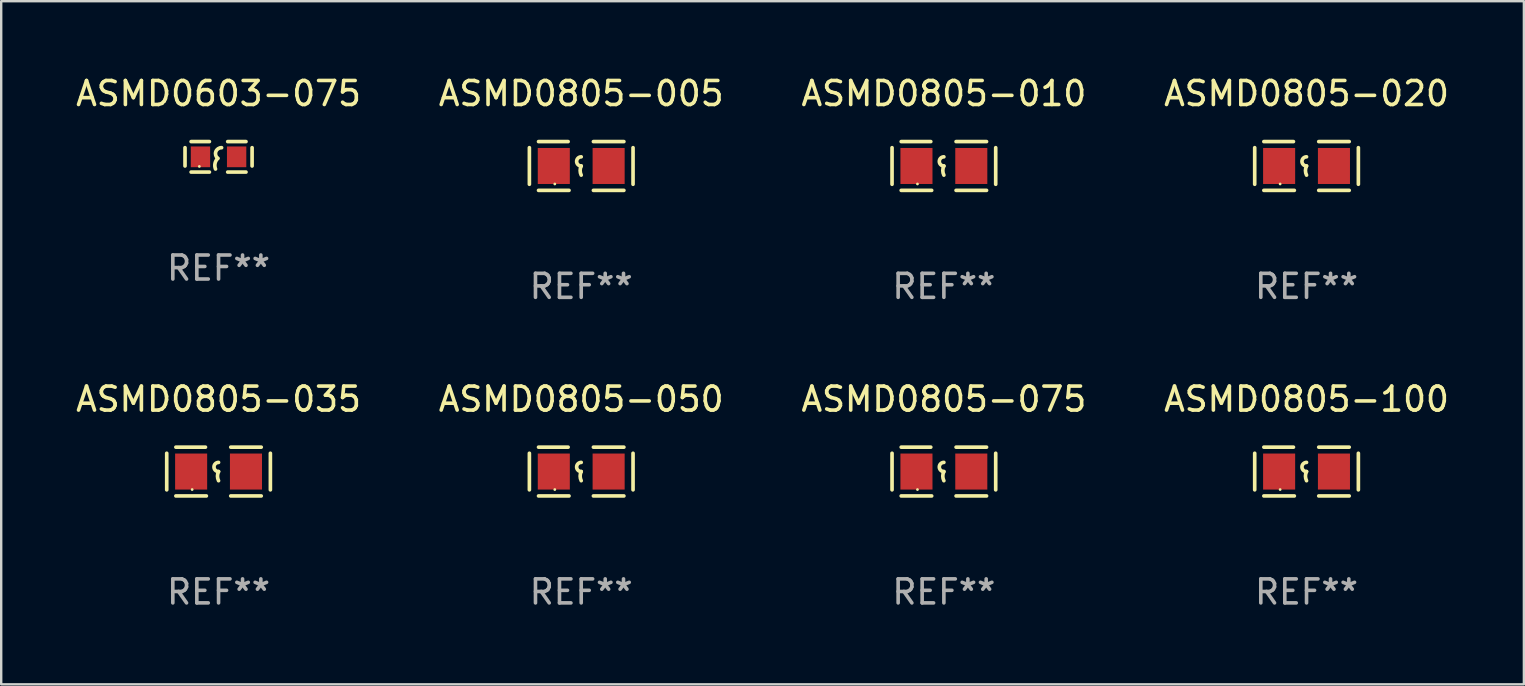
<source format=kicad_pcb>
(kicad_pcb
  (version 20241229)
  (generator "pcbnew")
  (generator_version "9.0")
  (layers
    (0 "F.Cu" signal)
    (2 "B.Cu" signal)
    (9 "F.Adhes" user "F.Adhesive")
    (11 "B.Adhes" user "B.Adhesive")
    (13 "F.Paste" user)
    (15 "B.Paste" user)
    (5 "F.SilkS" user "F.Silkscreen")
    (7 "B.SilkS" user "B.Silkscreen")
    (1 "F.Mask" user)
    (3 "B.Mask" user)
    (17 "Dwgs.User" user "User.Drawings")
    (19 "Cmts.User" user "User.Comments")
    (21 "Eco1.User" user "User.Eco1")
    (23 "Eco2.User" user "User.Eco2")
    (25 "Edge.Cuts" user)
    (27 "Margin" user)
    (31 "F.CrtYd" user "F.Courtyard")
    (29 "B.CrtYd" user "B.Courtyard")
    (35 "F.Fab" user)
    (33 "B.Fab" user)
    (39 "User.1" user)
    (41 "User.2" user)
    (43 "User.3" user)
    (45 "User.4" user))
  (footprint "ASMD0805-100"
    (layer "F.Cu")
    (at 51.375 16.593)
    (property "Reference" "ASMD0805-100" (at 0 -3.016 0) (layer "F.SilkS") (effects (font (size 1 1) (thickness 0.15))))
    (attr through_hole)
    (fp_line (start -2.159 -0.762) (end -2.159 0.762) (stroke (width 0.152) (type solid)) (layer "F.SilkS"))
    (fp_line (start -1.778 -1.016) (end -0.545 -1.016) (stroke (width 0.152) (type solid)) (layer "F.SilkS"))
    (fp_line (start -0.508 1.016) (end -1.778 1.016) (stroke (width 0.152) (type solid)) (layer "F.SilkS"))
    (fp_line (start 0.508 1.016) (end 1.778 1.016) (stroke (width 0.152) (type solid)) (layer "F.SilkS"))
    (fp_line (start 1.778 -1.016) (end 0.508 -1.016) (stroke (width 0.152) (type solid)) (layer "F.SilkS"))
    (fp_line (start 2.159 -0.762) (end 2.159 0.762) (stroke (width 0.152) (type solid)) (layer "F.SilkS"))
    (fp_arc (start 0 0) (mid -0.1905 -0.1905) (end 0 -0.381) (stroke (width 0.151994) (type solid)) (layer "F.SilkS"))
    (fp_arc (start 0 0.381001) (mid -0.044971 0.1905) (end 0 0) (stroke (width 0.151994) (type solid)) (layer "F.SilkS"))
    (fp_circle (center -1.1 0.75) (end -1.07 0.75) (stroke (width 0.06) (type solid)) (fill no) (layer "F.SilkS"))
    (fp_text user "REF**" (at 0 5.016 0) (layer "F.Fab") (effects (font (size 1 1) (thickness 0.15))))
    (pad "1" smd rect (at -1.142 0) (size 1.335 1.5) (layers "F.Cu" "F.Mask" "F.Paste"))
    (pad "2" smd rect (at 1.142 0) (size 1.335 1.5) (layers "F.Cu" "F.Mask" "F.Paste")))
  (footprint "ASMD0805-020"
    (layer "F.Cu")
    (at 51.375 3.864)
    (property "Reference" "ASMD0805-020" (at 0 -3.016 0) (layer "F.SilkS") (effects (font (size 1 1) (thickness 0.15))))
    (attr through_hole)
    (fp_line (start -2.159 -0.762) (end -2.159 0.762) (stroke (width 0.152) (type solid)) (layer "F.SilkS"))
    (fp_line (start -1.778 -1.016) (end -0.545 -1.016) (stroke (width 0.152) (type solid)) (layer "F.SilkS"))
    (fp_line (start -0.508 1.016) (end -1.778 1.016) (stroke (width 0.152) (type solid)) (layer "F.SilkS"))
    (fp_line (start 0.508 1.016) (end 1.778 1.016) (stroke (width 0.152) (type solid)) (layer "F.SilkS"))
    (fp_line (start 1.778 -1.016) (end 0.508 -1.016) (stroke (width 0.152) (type solid)) (layer "F.SilkS"))
    (fp_line (start 2.159 -0.762) (end 2.159 0.762) (stroke (width 0.152) (type solid)) (layer "F.SilkS"))
    (fp_arc (start 0 0) (mid -0.1905 -0.1905) (end 0 -0.381) (stroke (width 0.151994) (type solid)) (layer "F.SilkS"))
    (fp_arc (start 0 0.381001) (mid -0.044971 0.1905) (end 0 0) (stroke (width 0.151994) (type solid)) (layer "F.SilkS"))
    (fp_circle (center -1.1 0.75) (end -1.07 0.75) (stroke (width 0.06) (type solid)) (fill no) (layer "F.SilkS"))
    (fp_text user "REF**" (at 0 5.016 0) (layer "F.Fab") (effects (font (size 1 1) (thickness 0.15))))
    (pad "1" smd rect (at -1.142 0) (size 1.335 1.5) (layers "F.Cu" "F.Mask" "F.Paste"))
    (pad "2" smd rect (at 1.142 0) (size 1.335 1.5) (layers "F.Cu" "F.Mask" "F.Paste")))
  (footprint "ASMD0805-050"
    (layer "F.Cu")
    (at 21.161 16.593)
    (property "Reference" "ASMD0805-050" (at 0 -3.016 0) (layer "F.SilkS") (effects (font (size 1 1) (thickness 0.15))))
    (attr through_hole)
    (fp_line (start -2.159 -0.762) (end -2.159 0.762) (stroke (width 0.152) (type solid)) (layer "F.SilkS"))
    (fp_line (start -1.778 -1.016) (end -0.545 -1.016) (stroke (width 0.152) (type solid)) (layer "F.SilkS"))
    (fp_line (start -0.508 1.016) (end -1.778 1.016) (stroke (width 0.152) (type solid)) (layer "F.SilkS"))
    (fp_line (start 0.508 1.016) (end 1.778 1.016) (stroke (width 0.152) (type solid)) (layer "F.SilkS"))
    (fp_line (start 1.778 -1.016) (end 0.508 -1.016) (stroke (width 0.152) (type solid)) (layer "F.SilkS"))
    (fp_line (start 2.159 -0.762) (end 2.159 0.762) (stroke (width 0.152) (type solid)) (layer "F.SilkS"))
    (fp_arc (start 0 0) (mid -0.1905 -0.1905) (end 0 -0.381) (stroke (width 0.151994) (type solid)) (layer "F.SilkS"))
    (fp_arc (start 0 0.381001) (mid -0.044971 0.1905) (end 0 0) (stroke (width 0.151994) (type solid)) (layer "F.SilkS"))
    (fp_circle (center -1.1 0.75) (end -1.07 0.75) (stroke (width 0.06) (type solid)) (fill no) (layer "F.SilkS"))
    (fp_text user "REF**" (at 0 5.016 0) (layer "F.Fab") (effects (font (size 1 1) (thickness 0.15))))
    (pad "1" smd rect (at -1.142 0) (size 1.335 1.5) (layers "F.Cu" "F.Mask" "F.Paste"))
    (pad "2" smd rect (at 1.142 0) (size 1.335 1.5) (layers "F.Cu" "F.Mask" "F.Paste")))
  (footprint "ASMD0805-005"
    (layer "F.Cu")
    (at 21.161 3.864)
    (property "Reference" "ASMD0805-005" (at 0 -3.016 0) (layer "F.SilkS") (effects (font (size 1 1) (thickness 0.15))))
    (attr through_hole)
    (fp_line (start -2.159 -0.762) (end -2.159 0.762) (stroke (width 0.152) (type solid)) (layer "F.SilkS"))
    (fp_line (start -1.778 -1.016) (end -0.545 -1.016) (stroke (width 0.152) (type solid)) (layer "F.SilkS"))
    (fp_line (start -0.508 1.016) (end -1.778 1.016) (stroke (width 0.152) (type solid)) (layer "F.SilkS"))
    (fp_line (start 0.508 1.016) (end 1.778 1.016) (stroke (width 0.152) (type solid)) (layer "F.SilkS"))
    (fp_line (start 1.778 -1.016) (end 0.508 -1.016) (stroke (width 0.152) (type solid)) (layer "F.SilkS"))
    (fp_line (start 2.159 -0.762) (end 2.159 0.762) (stroke (width 0.152) (type solid)) (layer "F.SilkS"))
    (fp_arc (start 0 0) (mid -0.1905 -0.1905) (end 0 -0.381) (stroke (width 0.151994) (type solid)) (layer "F.SilkS"))
    (fp_arc (start 0 0.381001) (mid -0.044971 0.1905) (end 0 0) (stroke (width 0.151994) (type solid)) (layer "F.SilkS"))
    (fp_circle (center -1.1 0.75) (end -1.07 0.75) (stroke (width 0.06) (type solid)) (fill no) (layer "F.SilkS"))
    (fp_text user "REF**" (at 0 5.016 0) (layer "F.Fab") (effects (font (size 1 1) (thickness 0.15))))
    (pad "1" smd rect (at -1.142 0) (size 1.335 1.5) (layers "F.Cu" "F.Mask" "F.Paste"))
    (pad "2" smd rect (at 1.142 0) (size 1.335 1.5) (layers "F.Cu" "F.Mask" "F.Paste")))
  (footprint "ASMD0603-075"
    (layer "F.Cu")
    (at 6.054 3.483)
    (property "Reference" "ASMD0603-075" (at 0 -2.635 0) (layer "F.SilkS") (effects (font (size 1 1) (thickness 0.15))))
    (attr through_hole)
    (fp_line (start -1.397 -0.381) (end -1.397 0.381) (stroke (width 0.152) (type solid)) (layer "F.SilkS"))
    (fp_line (start -0.381 -0.635) (end -1.143 -0.635) (stroke (width 0.152) (type solid)) (layer "F.SilkS"))
    (fp_line (start -0.381 0.635) (end -1.143 0.635) (stroke (width 0.152) (type solid)) (layer "F.SilkS"))
    (fp_line (start 0.381 -0.635) (end 1.143 -0.635) (stroke (width 0.152) (type solid)) (layer "F.SilkS"))
    (fp_line (start 0.381 0.635) (end 1.143 0.635) (stroke (width 0.152) (type solid)) (layer "F.SilkS"))
    (fp_line (start 1.397 -0.381) (end 1.397 0.381) (stroke (width 0.152) (type solid)) (layer "F.SilkS"))
    (fp_arc (start -0.127 0.508001) (mid -0.146523 0.271131) (end -0.030861 0.0635) (stroke (width 0.151994) (type solid)) (layer "F.SilkS"))
    (fp_arc (start -0.03175 0.0635) (mid -0.113571 -0.216321) (end 0.127001 -0.381002) (stroke (width 0.151994) (type solid)) (layer "F.SilkS"))
    (fp_circle (center -0.8 0.4) (end -0.77 0.4) (stroke (width 0.06) (type solid)) (fill no) (layer "F.SilkS"))
    (fp_text user "REF**" (at 0 4.635 0) (layer "F.Fab") (effects (font (size 1 1) (thickness 0.15))))
    (pad "1" smd rect (at -0.753 0) (size 0.806 0.864) (layers "F.Cu" "F.Mask" "F.Paste"))
    (pad "2" smd rect (at 0.753 0) (size 0.806 0.864) (layers "F.Cu" "F.Mask" "F.Paste")))
  (footprint "ASMD0805-035"
    (layer "F.Cu")
    (at 6.054 16.593)
    (property "Reference" "ASMD0805-035" (at 0 -3.016 0) (layer "F.SilkS") (effects (font (size 1 1) (thickness 0.15))))
    (attr through_hole)
    (fp_line (start -2.159 -0.762) (end -2.159 0.762) (stroke (width 0.152) (type solid)) (layer "F.SilkS"))
    (fp_line (start -1.778 -1.016) (end -0.545 -1.016) (stroke (width 0.152) (type solid)) (layer "F.SilkS"))
    (fp_line (start -0.508 1.016) (end -1.778 1.016) (stroke (width 0.152) (type solid)) (layer "F.SilkS"))
    (fp_line (start 0.508 1.016) (end 1.778 1.016) (stroke (width 0.152) (type solid)) (layer "F.SilkS"))
    (fp_line (start 1.778 -1.016) (end 0.508 -1.016) (stroke (width 0.152) (type solid)) (layer "F.SilkS"))
    (fp_line (start 2.159 -0.762) (end 2.159 0.762) (stroke (width 0.152) (type solid)) (layer "F.SilkS"))
    (fp_arc (start 0 0) (mid -0.1905 -0.1905) (end 0 -0.381) (stroke (width 0.151994) (type solid)) (layer "F.SilkS"))
    (fp_arc (start 0 0.381001) (mid -0.044971 0.1905) (end 0 0) (stroke (width 0.151994) (type solid)) (layer "F.SilkS"))
    (fp_circle (center -1.1 0.75) (end -1.07 0.75) (stroke (width 0.06) (type solid)) (fill no) (layer "F.SilkS"))
    (fp_text user "REF**" (at 0 5.016 0) (layer "F.Fab") (effects (font (size 1 1) (thickness 0.15))))
    (pad "1" smd rect (at -1.142 0) (size 1.335 1.5) (layers "F.Cu" "F.Mask" "F.Paste"))
    (pad "2" smd rect (at 1.142 0) (size 1.335 1.5) (layers "F.Cu" "F.Mask" "F.Paste")))
  (footprint "ASMD0805-010"
    (layer "F.Cu")
    (at 36.268 3.864)
    (property "Reference" "ASMD0805-010" (at 0 -3.016 0) (layer "F.SilkS") (effects (font (size 1 1) (thickness 0.15))))
    (attr through_hole)
    (fp_line (start -2.159 -0.762) (end -2.159 0.762) (stroke (width 0.152) (type solid)) (layer "F.SilkS"))
    (fp_line (start -1.778 -1.016) (end -0.545 -1.016) (stroke (width 0.152) (type solid)) (layer "F.SilkS"))
    (fp_line (start -0.508 1.016) (end -1.778 1.016) (stroke (width 0.152) (type solid)) (layer "F.SilkS"))
    (fp_line (start 0.508 1.016) (end 1.778 1.016) (stroke (width 0.152) (type solid)) (layer "F.SilkS"))
    (fp_line (start 1.778 -1.016) (end 0.508 -1.016) (stroke (width 0.152) (type solid)) (layer "F.SilkS"))
    (fp_line (start 2.159 -0.762) (end 2.159 0.762) (stroke (width 0.152) (type solid)) (layer "F.SilkS"))
    (fp_arc (start 0 0) (mid -0.1905 -0.1905) (end 0 -0.381) (stroke (width 0.151994) (type solid)) (layer "F.SilkS"))
    (fp_arc (start 0 0.381001) (mid -0.044971 0.1905) (end 0 0) (stroke (width 0.151994) (type solid)) (layer "F.SilkS"))
    (fp_circle (center -1.1 0.75) (end -1.07 0.75) (stroke (width 0.06) (type solid)) (fill no) (layer "F.SilkS"))
    (fp_text user "REF**" (at 0 5.016 0) (layer "F.Fab") (effects (font (size 1 1) (thickness 0.15))))
    (pad "1" smd rect (at -1.142 0) (size 1.335 1.5) (layers "F.Cu" "F.Mask" "F.Paste"))
    (pad "2" smd rect (at 1.142 0) (size 1.335 1.5) (layers "F.Cu" "F.Mask" "F.Paste")))
  (footprint "ASMD0805-075"
    (layer "F.Cu")
    (at 36.268 16.593)
    (property "Reference" "ASMD0805-075" (at 0 -3.016 0) (layer "F.SilkS") (effects (font (size 1 1) (thickness 0.15))))
    (attr through_hole)
    (fp_line (start -2.159 -0.762) (end -2.159 0.762) (stroke (width 0.152) (type solid)) (layer "F.SilkS"))
    (fp_line (start -1.778 -1.016) (end -0.545 -1.016) (stroke (width 0.152) (type solid)) (layer "F.SilkS"))
    (fp_line (start -0.508 1.016) (end -1.778 1.016) (stroke (width 0.152) (type solid)) (layer "F.SilkS"))
    (fp_line (start 0.508 1.016) (end 1.778 1.016) (stroke (width 0.152) (type solid)) (layer "F.SilkS"))
    (fp_line (start 1.778 -1.016) (end 0.508 -1.016) (stroke (width 0.152) (type solid)) (layer "F.SilkS"))
    (fp_line (start 2.159 -0.762) (end 2.159 0.762) (stroke (width 0.152) (type solid)) (layer "F.SilkS"))
    (fp_arc (start 0 0) (mid -0.1905 -0.1905) (end 0 -0.381) (stroke (width 0.151994) (type solid)) (layer "F.SilkS"))
    (fp_arc (start 0 0.381001) (mid -0.044971 0.1905) (end 0 0) (stroke (width 0.151994) (type solid)) (layer "F.SilkS"))
    (fp_circle (center -1.1 0.75) (end -1.07 0.75) (stroke (width 0.06) (type solid)) (fill no) (layer "F.SilkS"))
    (fp_text user "REF**" (at 0 5.016 0) (layer "F.Fab") (effects (font (size 1 1) (thickness 0.15))))
    (pad "1" smd rect (at -1.142 0) (size 1.335 1.5) (layers "F.Cu" "F.Mask" "F.Paste"))
    (pad "2" smd rect (at 1.142 0) (size 1.335 1.5) (layers "F.Cu" "F.Mask" "F.Paste")))
  (gr_rect
    (start -3 -3)
    (end 60.429 25.457)
    (stroke (width 0.1) (type default))
    (fill no)
    (layer "Edge.Cuts")))
</source>
